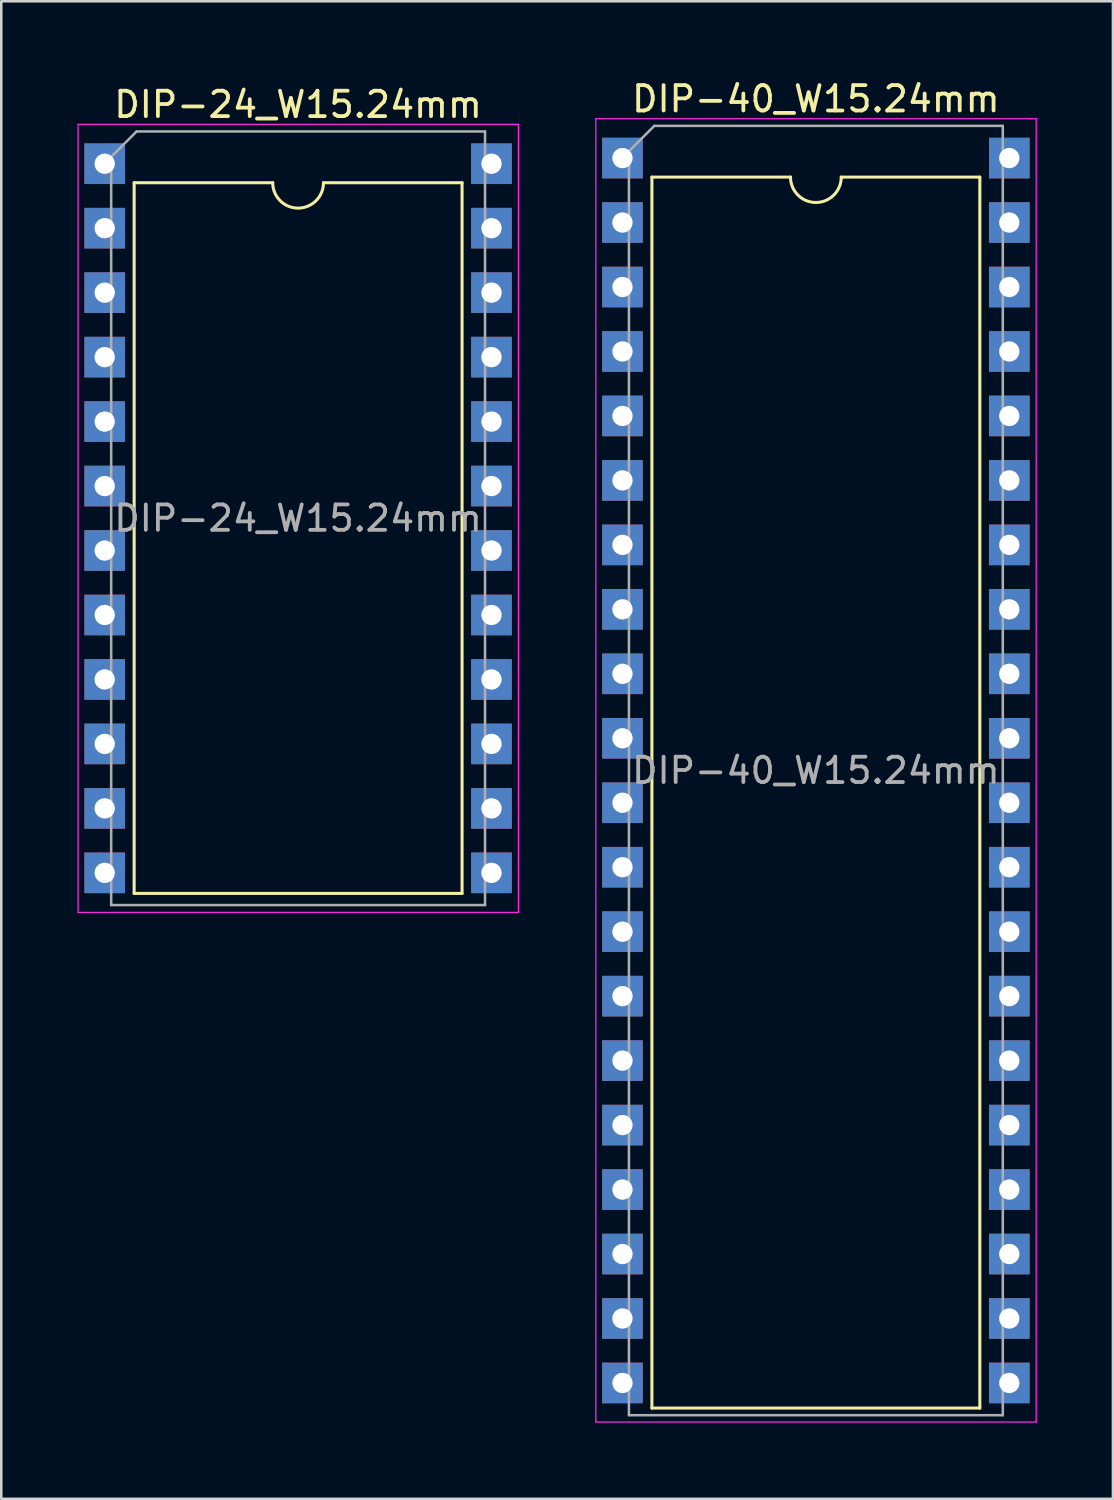
<source format=kicad_pcb>
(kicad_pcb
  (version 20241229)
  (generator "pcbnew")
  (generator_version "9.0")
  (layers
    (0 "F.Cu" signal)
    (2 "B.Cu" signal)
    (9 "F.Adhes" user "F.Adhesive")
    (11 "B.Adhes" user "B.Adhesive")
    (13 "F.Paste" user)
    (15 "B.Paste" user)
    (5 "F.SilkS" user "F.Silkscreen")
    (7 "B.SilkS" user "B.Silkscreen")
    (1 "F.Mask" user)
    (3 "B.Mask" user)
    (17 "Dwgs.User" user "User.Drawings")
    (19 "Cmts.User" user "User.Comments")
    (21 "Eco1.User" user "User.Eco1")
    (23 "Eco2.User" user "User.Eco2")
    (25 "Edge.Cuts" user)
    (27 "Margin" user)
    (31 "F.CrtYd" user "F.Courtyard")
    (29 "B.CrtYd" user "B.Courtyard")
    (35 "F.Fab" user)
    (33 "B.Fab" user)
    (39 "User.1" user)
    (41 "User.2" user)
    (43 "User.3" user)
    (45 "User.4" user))
  (footprint "DIP-24_W15.24mm"
    (layer "F.Cu")
    (at 1.075 3.4)
    (property "Reference" "DIP-24_W15.24mm" (at 7.62 -2.33 0) (layer "F.SilkS") (effects (font (size 1 1) (thickness 0.15))))
    (property "REF2" "" (at 7.65 -2.95 90) (layer "F.SilkS") (effects (font (size 1.8 1.8) (thickness 0.3))))
    (attr through_hole)
    (fp_line (start 1.16 0.75) (end 1.16 28.75) (stroke (width 0.12) (type solid)) (layer "F.SilkS"))
    (fp_line (start 1.16 28.75) (end 14.08 28.75) (stroke (width 0.12) (type solid)) (layer "F.SilkS"))
    (fp_line (start 6.62 0.75) (end 1.16 0.75) (stroke (width 0.12) (type solid)) (layer "F.SilkS"))
    (fp_line (start 14.08 0.75) (end 8.62 0.75) (stroke (width 0.12) (type solid)) (layer "F.SilkS"))
    (fp_line (start 14.08 28.75) (end 14.08 0.75) (stroke (width 0.12) (type solid)) (layer "F.SilkS"))
    (fp_arc (start 8.62 0.75) (mid 7.62 1.75) (end 6.62 0.75) (stroke (width 0.12) (type solid)) (layer "F.SilkS"))
    (fp_line (start -1.05 -1.55) (end -1.05 29.5) (stroke (width 0.05) (type solid)) (layer "F.CrtYd"))
    (fp_line (start -1.05 29.5) (end 16.3 29.5) (stroke (width 0.05) (type solid)) (layer "F.CrtYd"))
    (fp_line (start 16.3 -1.55) (end -1.05 -1.55) (stroke (width 0.05) (type solid)) (layer "F.CrtYd"))
    (fp_line (start 16.3 29.5) (end 16.3 -1.55) (stroke (width 0.05) (type solid)) (layer "F.CrtYd"))
    (fp_line (start 0.255 -0.27) (end 1.255 -1.27) (stroke (width 0.1) (type solid)) (layer "F.Fab"))
    (fp_line (start 0.255 29.21) (end 0.255 -0.27) (stroke (width 0.1) (type solid)) (layer "F.Fab"))
    (fp_line (start 1.255 -1.27) (end 14.985 -1.27) (stroke (width 0.1) (type solid)) (layer "F.Fab"))
    (fp_line (start 14.985 -1.27) (end 14.985 29.21) (stroke (width 0.1) (type solid)) (layer "F.Fab"))
    (fp_line (start 14.985 29.21) (end 0.255 29.21) (stroke (width 0.1) (type solid)) (layer "F.Fab"))
    (fp_text user "${REFERENCE}" (at 7.62 13.97 0) (layer "F.Fab") (effects (font (size 1 1) (thickness 0.15))))
    (pad "1" thru_hole rect (at 0 0) (size 1.6 1.6) (drill 0.8) (layers "*.Cu" "*.Mask"))
    (pad "2" thru_hole rect (at 0 2.54) (size 1.6 1.6) (drill 0.8) (layers "*.Cu" "*.Mask"))
    (pad "3" thru_hole rect (at 0 5.08) (size 1.6 1.6) (drill 0.8) (layers "*.Cu" "*.Mask"))
    (pad "4" thru_hole rect (at 0 7.62) (size 1.6 1.6) (drill 0.8) (layers "*.Cu" "*.Mask"))
    (pad "5" thru_hole rect (at 0 10.16) (size 1.6 1.6) (drill 0.8) (layers "*.Cu" "*.Mask"))
    (pad "6" thru_hole rect (at 0 12.7) (size 1.6 1.6) (drill 0.8) (layers "*.Cu" "*.Mask"))
    (pad "7" thru_hole rect (at 0 15.24) (size 1.6 1.6) (drill 0.8) (layers "*.Cu" "*.Mask"))
    (pad "8" thru_hole rect (at 0 17.78) (size 1.6 1.6) (drill 0.8) (layers "*.Cu" "*.Mask"))
    (pad "9" thru_hole rect (at 0 20.32) (size 1.6 1.6) (drill 0.8) (layers "*.Cu" "*.Mask"))
    (pad "10" thru_hole rect (at 0 22.86) (size 1.6 1.6) (drill 0.8) (layers "*.Cu" "*.Mask"))
    (pad "11" thru_hole rect (at 0 25.4) (size 1.6 1.6) (drill 0.8) (layers "*.Cu" "*.Mask"))
    (pad "12" thru_hole rect (at 0 27.94) (size 1.6 1.6) (drill 0.8) (layers "*.Cu" "*.Mask"))
    (pad "13" thru_hole rect (at 15.24 27.94) (size 1.6 1.6) (drill 0.8) (layers "*.Cu" "*.Mask"))
    (pad "14" thru_hole rect (at 15.24 25.4) (size 1.6 1.6) (drill 0.8) (layers "*.Cu" "*.Mask"))
    (pad "15" thru_hole rect (at 15.24 22.86) (size 1.6 1.6) (drill 0.8) (layers "*.Cu" "*.Mask"))
    (pad "16" thru_hole rect (at 15.24 20.32) (size 1.6 1.6) (drill 0.8) (layers "*.Cu" "*.Mask"))
    (pad "17" thru_hole rect (at 15.24 17.78) (size 1.6 1.6) (drill 0.8) (layers "*.Cu" "*.Mask"))
    (pad "18" thru_hole rect (at 15.24 15.24) (size 1.6 1.6) (drill 0.8) (layers "*.Cu" "*.Mask"))
    (pad "19" thru_hole rect (at 15.24 12.7) (size 1.6 1.6) (drill 0.8) (layers "*.Cu" "*.Mask"))
    (pad "20" thru_hole rect (at 15.24 10.16) (size 1.6 1.6) (drill 0.8) (layers "*.Cu" "*.Mask"))
    (pad "21" thru_hole rect (at 15.24 7.62) (size 1.6 1.6) (drill 0.8) (layers "*.Cu" "*.Mask"))
    (pad "22" thru_hole rect (at 15.24 5.08) (size 1.6 1.6) (drill 0.8) (layers "*.Cu" "*.Mask"))
    (pad "23" thru_hole rect (at 15.24 2.54) (size 1.6 1.6) (drill 0.8) (layers "*.Cu" "*.Mask"))
    (pad "24" thru_hole rect (at 15.24 0) (size 1.6 1.6) (drill 0.8) (layers "*.Cu" "*.Mask")))
  (footprint "DIP-40_W15.24mm"
    (layer "F.Cu")
    (at 21.475 3.178)
    (property "Reference" "DIP-40_W15.24mm" (at 7.62 -2.33 0) (layer "F.SilkS") (effects (font (size 1 1) (thickness 0.15))))
    (attr through_hole)
    (fp_line (start 1.16 0.75) (end 1.16 49.25) (stroke (width 0.12) (type solid)) (layer "F.SilkS"))
    (fp_line (start 1.16 49.25) (end 14.08 49.25) (stroke (width 0.12) (type solid)) (layer "F.SilkS"))
    (fp_line (start 6.62 0.75) (end 1.16 0.75) (stroke (width 0.12) (type solid)) (layer "F.SilkS"))
    (fp_line (start 14.08 0.75) (end 8.62 0.75) (stroke (width 0.12) (type solid)) (layer "F.SilkS"))
    (fp_line (start 14.08 49.25) (end 14.08 0.75) (stroke (width 0.12) (type solid)) (layer "F.SilkS"))
    (fp_arc (start 8.62 0.75) (mid 7.62 1.75) (end 6.62 0.75) (stroke (width 0.12) (type solid)) (layer "F.SilkS"))
    (fp_line (start -1.05 -1.55) (end -1.05 49.8) (stroke (width 0.05) (type solid)) (layer "F.CrtYd"))
    (fp_line (start -1.05 49.8) (end 16.3 49.8) (stroke (width 0.05) (type solid)) (layer "F.CrtYd"))
    (fp_line (start 16.3 -1.55) (end -1.05 -1.55) (stroke (width 0.05) (type solid)) (layer "F.CrtYd"))
    (fp_line (start 16.3 49.8) (end 16.3 -1.55) (stroke (width 0.05) (type solid)) (layer "F.CrtYd"))
    (fp_line (start 0.255 -0.27) (end 1.255 -1.27) (stroke (width 0.1) (type solid)) (layer "F.Fab"))
    (fp_line (start 0.255 49.53) (end 0.255 -0.27) (stroke (width 0.1) (type solid)) (layer "F.Fab"))
    (fp_line (start 1.255 -1.27) (end 14.985 -1.27) (stroke (width 0.1) (type solid)) (layer "F.Fab"))
    (fp_line (start 14.985 -1.27) (end 14.985 49.53) (stroke (width 0.1) (type solid)) (layer "F.Fab"))
    (fp_line (start 14.985 49.53) (end 0.255 49.53) (stroke (width 0.1) (type solid)) (layer "F.Fab"))
    (fp_text user "${REFERENCE}" (at 7.62 24.13 0) (layer "F.Fab") (effects (font (size 1 1) (thickness 0.15))))
    (pad "1" thru_hole rect (at 0 0) (size 1.6 1.6) (drill 0.8) (layers "*.Cu" "*.Mask"))
    (pad "2" thru_hole rect (at 0 2.54) (size 1.6 1.6) (drill 0.8) (layers "*.Cu" "*.Mask"))
    (pad "3" thru_hole rect (at 0 5.08) (size 1.6 1.6) (drill 0.8) (layers "*.Cu" "*.Mask"))
    (pad "4" thru_hole rect (at 0 7.62) (size 1.6 1.6) (drill 0.8) (layers "*.Cu" "*.Mask"))
    (pad "5" thru_hole rect (at 0 10.16) (size 1.6 1.6) (drill 0.8) (layers "*.Cu" "*.Mask"))
    (pad "6" thru_hole rect (at 0 12.7) (size 1.6 1.6) (drill 0.8) (layers "*.Cu" "*.Mask"))
    (pad "7" thru_hole rect (at 0 15.24) (size 1.6 1.6) (drill 0.8) (layers "*.Cu" "*.Mask"))
    (pad "8" thru_hole rect (at 0 17.78) (size 1.6 1.6) (drill 0.8) (layers "*.Cu" "*.Mask"))
    (pad "9" thru_hole rect (at 0 20.32) (size 1.6 1.6) (drill 0.8) (layers "*.Cu" "*.Mask"))
    (pad "10" thru_hole rect (at 0 22.86) (size 1.6 1.6) (drill 0.8) (layers "*.Cu" "*.Mask"))
    (pad "11" thru_hole rect (at 0 25.4) (size 1.6 1.6) (drill 0.8) (layers "*.Cu" "*.Mask"))
    (pad "12" thru_hole rect (at 0 27.94) (size 1.6 1.6) (drill 0.8) (layers "*.Cu" "*.Mask"))
    (pad "13" thru_hole rect (at 0 30.48) (size 1.6 1.6) (drill 0.8) (layers "*.Cu" "*.Mask"))
    (pad "14" thru_hole rect (at 0 33.02) (size 1.6 1.6) (drill 0.8) (layers "*.Cu" "*.Mask"))
    (pad "15" thru_hole rect (at 0 35.56) (size 1.6 1.6) (drill 0.8) (layers "*.Cu" "*.Mask"))
    (pad "16" thru_hole rect (at 0 38.1) (size 1.6 1.6) (drill 0.8) (layers "*.Cu" "*.Mask"))
    (pad "17" thru_hole rect (at 0 40.64) (size 1.6 1.6) (drill 0.8) (layers "*.Cu" "*.Mask"))
    (pad "18" thru_hole rect (at 0 43.18) (size 1.6 1.6) (drill 0.8) (layers "*.Cu" "*.Mask"))
    (pad "19" thru_hole rect (at 0 45.72) (size 1.6 1.6) (drill 0.8) (layers "*.Cu" "*.Mask"))
    (pad "20" thru_hole rect (at 0 48.26) (size 1.6 1.6) (drill 0.8) (layers "*.Cu" "*.Mask"))
    (pad "21" thru_hole rect (at 15.24 48.26) (size 1.6 1.6) (drill 0.8) (layers "*.Cu" "*.Mask"))
    (pad "22" thru_hole rect (at 15.24 45.72) (size 1.6 1.6) (drill 0.8) (layers "*.Cu" "*.Mask"))
    (pad "23" thru_hole rect (at 15.24 43.18) (size 1.6 1.6) (drill 0.8) (layers "*.Cu" "*.Mask"))
    (pad "24" thru_hole rect (at 15.24 40.64) (size 1.6 1.6) (drill 0.8) (layers "*.Cu" "*.Mask"))
    (pad "25" thru_hole rect (at 15.24 38.1) (size 1.6 1.6) (drill 0.8) (layers "*.Cu" "*.Mask"))
    (pad "26" thru_hole rect (at 15.24 35.56) (size 1.6 1.6) (drill 0.8) (layers "*.Cu" "*.Mask"))
    (pad "27" thru_hole rect (at 15.24 33.02) (size 1.6 1.6) (drill 0.8) (layers "*.Cu" "*.Mask"))
    (pad "28" thru_hole rect (at 15.24 30.48) (size 1.6 1.6) (drill 0.8) (layers "*.Cu" "*.Mask"))
    (pad "29" thru_hole rect (at 15.24 27.94) (size 1.6 1.6) (drill 0.8) (layers "*.Cu" "*.Mask"))
    (pad "30" thru_hole rect (at 15.24 25.4) (size 1.6 1.6) (drill 0.8) (layers "*.Cu" "*.Mask"))
    (pad "31" thru_hole rect (at 15.24 22.86) (size 1.6 1.6) (drill 0.8) (layers "*.Cu" "*.Mask"))
    (pad "32" thru_hole rect (at 15.24 20.32) (size 1.6 1.6) (drill 0.8) (layers "*.Cu" "*.Mask"))
    (pad "33" thru_hole rect (at 15.24 17.78) (size 1.6 1.6) (drill 0.8) (layers "*.Cu" "*.Mask"))
    (pad "34" thru_hole rect (at 15.24 15.24) (size 1.6 1.6) (drill 0.8) (layers "*.Cu" "*.Mask"))
    (pad "35" thru_hole rect (at 15.24 12.7) (size 1.6 1.6) (drill 0.8) (layers "*.Cu" "*.Mask"))
    (pad "36" thru_hole rect (at 15.24 10.16) (size 1.6 1.6) (drill 0.8) (layers "*.Cu" "*.Mask"))
    (pad "37" thru_hole rect (at 15.24 7.62) (size 1.6 1.6) (drill 0.8) (layers "*.Cu" "*.Mask"))
    (pad "38" thru_hole rect (at 15.24 5.08) (size 1.6 1.6) (drill 0.8) (layers "*.Cu" "*.Mask"))
    (pad "39" thru_hole rect (at 15.24 2.54) (size 1.6 1.6) (drill 0.8) (layers "*.Cu" "*.Mask"))
    (pad "40" thru_hole rect (at 15.24 0) (size 1.6 1.6) (drill 0.8) (layers "*.Cu" "*.Mask")))
  (gr_rect
    (start -3 -3)
    (end 40.8 56.003)
    (stroke (width 0.1) (type default))
    (fill no)
    (layer "Edge.Cuts")))
</source>
